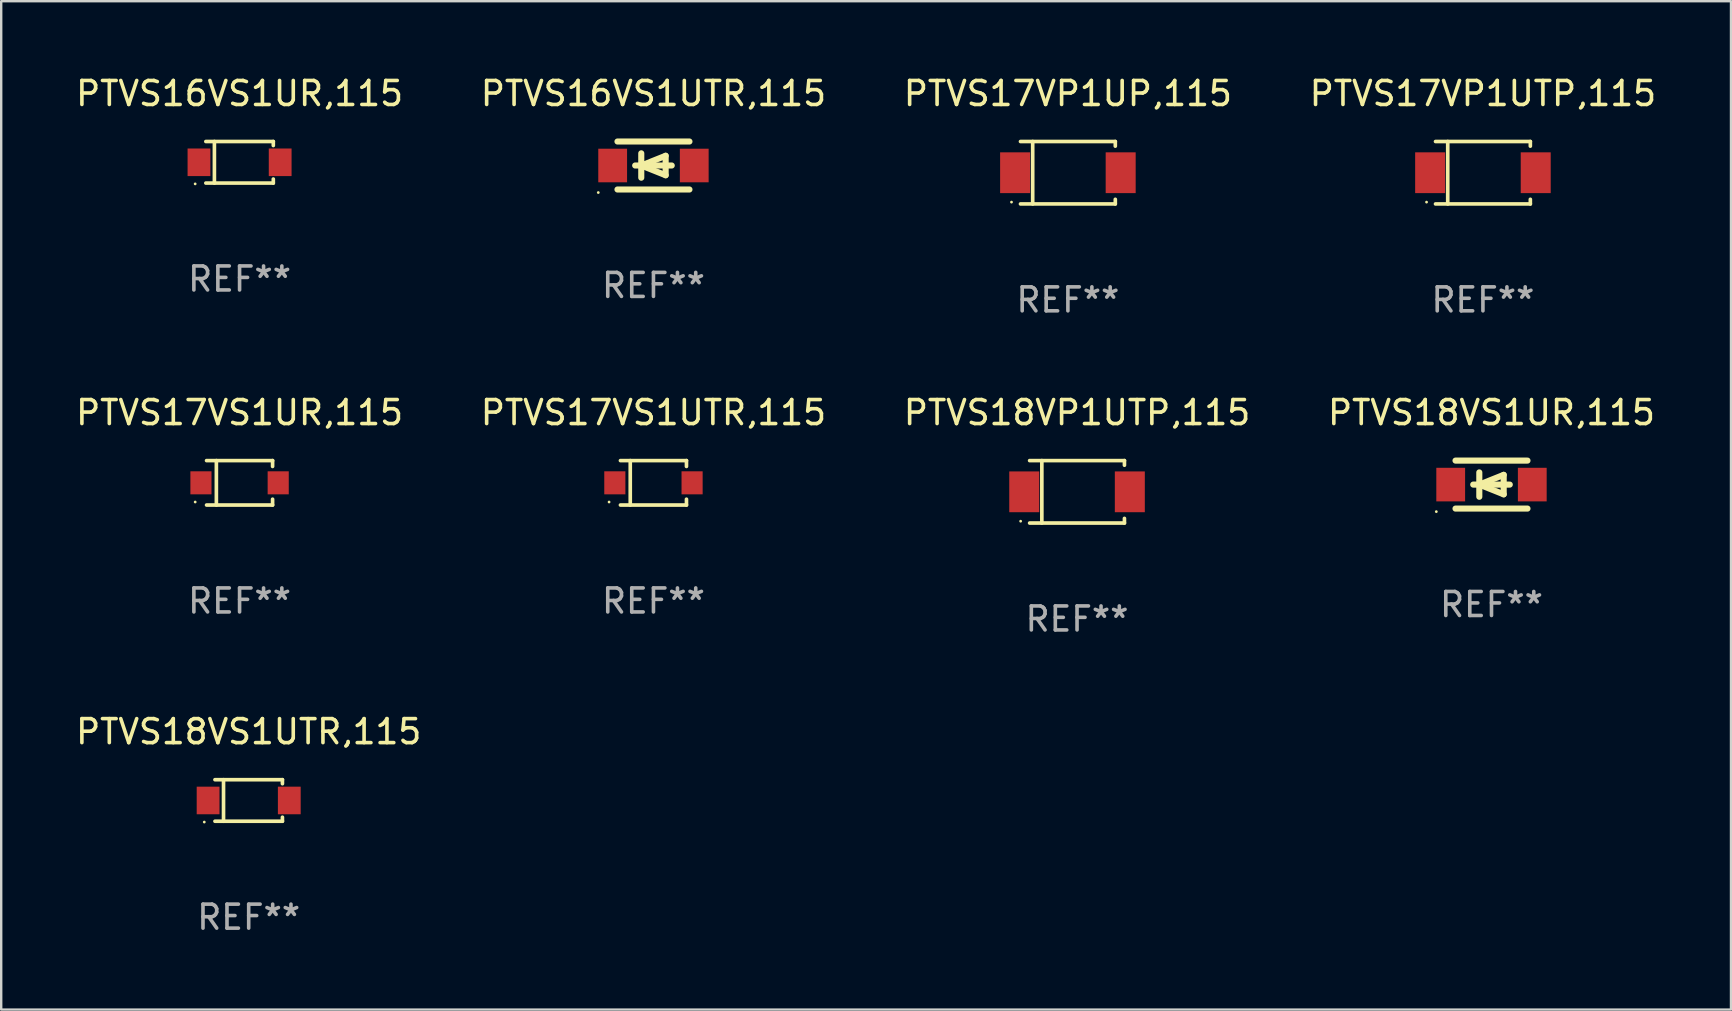
<source format=kicad_pcb>
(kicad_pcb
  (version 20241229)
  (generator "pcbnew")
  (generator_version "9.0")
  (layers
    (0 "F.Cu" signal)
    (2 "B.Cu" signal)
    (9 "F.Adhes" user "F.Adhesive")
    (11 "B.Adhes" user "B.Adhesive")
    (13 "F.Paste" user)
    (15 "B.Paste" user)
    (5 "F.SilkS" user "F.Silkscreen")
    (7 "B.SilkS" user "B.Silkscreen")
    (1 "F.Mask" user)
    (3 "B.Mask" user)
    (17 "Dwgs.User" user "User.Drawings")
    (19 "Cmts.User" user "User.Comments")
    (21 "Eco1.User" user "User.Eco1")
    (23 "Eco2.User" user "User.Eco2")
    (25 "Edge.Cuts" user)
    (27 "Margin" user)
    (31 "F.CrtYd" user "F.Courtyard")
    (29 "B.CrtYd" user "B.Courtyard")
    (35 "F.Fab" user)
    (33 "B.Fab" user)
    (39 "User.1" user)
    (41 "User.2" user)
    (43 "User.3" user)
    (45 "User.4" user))
  (footprint "PTVS17VS1UTR,115"
    (layer "F.Cu")
    (at 24.185 17.073)
    (property "Reference" "PTVS17VS1UTR,115" (at 0 -2.926 0) (layer "F.SilkS") (effects (font (size 1 1) (thickness 0.15))))
    (attr through_hole)
    (fp_line (start -1.376 -0.926) (end 1.376 -0.926) (stroke (width 0.152) (type solid)) (layer "F.SilkS"))
    (fp_line (start -1.376 0.926) (end 1.376 0.926) (stroke (width 0.152) (type solid)) (layer "F.SilkS"))
    (fp_line (start -0.967 -0.926) (end -0.967 0.926) (stroke (width 0.152) (type solid)) (layer "F.SilkS"))
    (fp_line (start 1.376 -0.926) (end 1.376 -0.683) (stroke (width 0.152) (type solid)) (layer "F.SilkS"))
    (fp_line (start 1.376 0.926) (end 1.376 0.683) (stroke (width 0.152) (type solid)) (layer "F.SilkS"))
    (fp_circle (center -1.85 0.8) (end -1.82 0.8) (stroke (width 0.06) (type solid)) (fill no) (layer "F.SilkS"))
    (fp_text user "REF**" (at 0 4.926 0) (layer "F.Fab") (effects (font (size 1 1) (thickness 0.15))))
    (pad "1" smd rect (at -1.61 0) (size 0.88 0.96) (layers "F.Cu" "F.Mask" "F.Paste"))
    (pad "2" smd rect (at 1.61 0) (size 0.88 0.96) (layers "F.Cu" "F.Mask" "F.Paste")))
  (footprint "PTVS17VP1UTP,115"
    (layer "F.Cu")
    (at 58.756 4.149)
    (property "Reference" "PTVS17VP1UTP,115" (at 0 -3.301 0) (layer "F.SilkS") (effects (font (size 1 1) (thickness 0.15))))
    (attr through_hole)
    (fp_line (start -1.976 -1.301) (end 1.976 -1.301) (stroke (width 0.152) (type solid)) (layer "F.SilkS"))
    (fp_line (start -1.976 1.301) (end 1.976 1.301) (stroke (width 0.152) (type solid)) (layer "F.SilkS"))
    (fp_line (start -1.467 -1.301) (end -1.467 1.301) (stroke (width 0.152) (type solid)) (layer "F.SilkS"))
    (fp_line (start 1.976 -1.301) (end 1.976 -1.108) (stroke (width 0.152) (type solid)) (layer "F.SilkS"))
    (fp_line (start 1.976 1.301) (end 1.976 1.108) (stroke (width 0.152) (type solid)) (layer "F.SilkS"))
    (fp_circle (center -2.35 1.225) (end -2.32 1.225) (stroke (width 0.06) (type solid)) (fill no) (layer "F.SilkS"))
    (fp_text user "REF**" (at 0 5.301 0) (layer "F.Fab") (effects (font (size 1 1) (thickness 0.15))))
    (pad "1" smd rect (at -2.2 0 180) (size 1.25 1.7) (layers "F.Cu" "F.Mask" "F.Paste"))
    (pad "2" smd rect (at 2.2 0 180) (size 1.25 1.7) (layers "F.Cu" "F.Mask" "F.Paste")))
  (footprint "PTVS18VS1UTR,115"
    (layer "F.Cu")
    (at 7.315 30.312)
    (property "Reference" "PTVS18VS1UTR,115" (at 0 -2.866 0) (layer "F.SilkS") (effects (font (size 1 1) (thickness 0.15))))
    (attr through_hole)
    (fp_line (start -1.406 -0.866) (end 1.406 -0.866) (stroke (width 0.152) (type solid)) (layer "F.SilkS"))
    (fp_line (start -1.406 0.866) (end 1.406 0.866) (stroke (width 0.152) (type solid)) (layer "F.SilkS"))
    (fp_line (start -1.049 -0.866) (end -1.049 0.866) (stroke (width 0.152) (type solid)) (layer "F.SilkS"))
    (fp_line (start 1.406 -0.866) (end 1.406 -0.698) (stroke (width 0.152) (type solid)) (layer "F.SilkS"))
    (fp_line (start 1.406 0.866) (end 1.406 0.698) (stroke (width 0.152) (type solid)) (layer "F.SilkS"))
    (fp_circle (center -1.851 0.9) (end -1.821 0.9) (stroke (width 0.06) (type solid)) (fill no) (layer "F.SilkS"))
    (fp_text user "REF**" (at 0 4.866 0) (layer "F.Fab") (effects (font (size 1 1) (thickness 0.15))))
    (pad "1" smd rect (at -1.692 0) (size 0.95 1.15) (layers "F.Cu" "F.Mask" "F.Paste"))
    (pad "2" smd rect (at 1.692 0) (size 0.95 1.15) (layers "F.Cu" "F.Mask" "F.Paste")))
  (footprint "PTVS16VS1UR,115"
    (layer "F.Cu")
    (at 6.935 3.714)
    (property "Reference" "PTVS16VS1UR,115" (at 0 -2.866 0) (layer "F.SilkS") (effects (font (size 1 1) (thickness 0.15))))
    (attr through_hole)
    (fp_line (start -1.406 -0.866) (end 1.406 -0.866) (stroke (width 0.152) (type solid)) (layer "F.SilkS"))
    (fp_line (start -1.406 0.866) (end 1.406 0.866) (stroke (width 0.152) (type solid)) (layer "F.SilkS"))
    (fp_line (start -1.049 -0.866) (end -1.049 0.866) (stroke (width 0.152) (type solid)) (layer "F.SilkS"))
    (fp_line (start 1.406 -0.866) (end 1.406 -0.698) (stroke (width 0.152) (type solid)) (layer "F.SilkS"))
    (fp_line (start 1.406 0.866) (end 1.406 0.698) (stroke (width 0.152) (type solid)) (layer "F.SilkS"))
    (fp_circle (center -1.851 0.9) (end -1.821 0.9) (stroke (width 0.06) (type solid)) (fill no) (layer "F.SilkS"))
    (fp_text user "REF**" (at 0 4.866 0) (layer "F.Fab") (effects (font (size 1 1) (thickness 0.15))))
    (pad "1" smd rect (at -1.692 0) (size 0.95 1.15) (layers "F.Cu" "F.Mask" "F.Paste"))
    (pad "2" smd rect (at 1.692 0) (size 0.95 1.15) (layers "F.Cu" "F.Mask" "F.Paste")))
  (footprint "PTVS18VP1UTP,115"
    (layer "F.Cu")
    (at 41.839 17.448)
    (property "Reference" "PTVS18VP1UTP,115" (at 0 -3.301 0) (layer "F.SilkS") (effects (font (size 1 1) (thickness 0.15))))
    (attr through_hole)
    (fp_line (start -1.976 -1.301) (end 1.976 -1.301) (stroke (width 0.152) (type solid)) (layer "F.SilkS"))
    (fp_line (start -1.976 1.301) (end 1.976 1.301) (stroke (width 0.152) (type solid)) (layer "F.SilkS"))
    (fp_line (start -1.467 -1.301) (end -1.467 1.301) (stroke (width 0.152) (type solid)) (layer "F.SilkS"))
    (fp_line (start 1.976 -1.301) (end 1.976 -1.108) (stroke (width 0.152) (type solid)) (layer "F.SilkS"))
    (fp_line (start 1.976 1.301) (end 1.976 1.108) (stroke (width 0.152) (type solid)) (layer "F.SilkS"))
    (fp_circle (center -2.35 1.225) (end -2.32 1.225) (stroke (width 0.06) (type solid)) (fill no) (layer "F.SilkS"))
    (fp_text user "REF**" (at 0 5.301 0) (layer "F.Fab") (effects (font (size 1 1) (thickness 0.15))))
    (pad "1" smd rect (at -2.2 0 180) (size 1.25 1.7) (layers "F.Cu" "F.Mask" "F.Paste"))
    (pad "2" smd rect (at 2.2 0 180) (size 1.25 1.7) (layers "F.Cu" "F.Mask" "F.Paste")))
  (footprint "PTVS17VS1UR,115"
    (layer "F.Cu")
    (at 6.935 17.073)
    (property "Reference" "PTVS17VS1UR,115" (at 0 -2.926 0) (layer "F.SilkS") (effects (font (size 1 1) (thickness 0.15))))
    (attr through_hole)
    (fp_line (start -1.376 -0.926) (end 1.376 -0.926) (stroke (width 0.152) (type solid)) (layer "F.SilkS"))
    (fp_line (start -1.376 0.926) (end 1.376 0.926) (stroke (width 0.152) (type solid)) (layer "F.SilkS"))
    (fp_line (start -0.967 -0.926) (end -0.967 0.926) (stroke (width 0.152) (type solid)) (layer "F.SilkS"))
    (fp_line (start 1.376 -0.926) (end 1.376 -0.683) (stroke (width 0.152) (type solid)) (layer "F.SilkS"))
    (fp_line (start 1.376 0.926) (end 1.376 0.683) (stroke (width 0.152) (type solid)) (layer "F.SilkS"))
    (fp_circle (center -1.85 0.8) (end -1.82 0.8) (stroke (width 0.06) (type solid)) (fill no) (layer "F.SilkS"))
    (fp_text user "REF**" (at 0 4.926 0) (layer "F.Fab") (effects (font (size 1 1) (thickness 0.15))))
    (pad "1" smd rect (at -1.61 0) (size 0.88 0.96) (layers "F.Cu" "F.Mask" "F.Paste"))
    (pad "2" smd rect (at 1.61 0) (size 0.88 0.96) (layers "F.Cu" "F.Mask" "F.Paste")))
  (footprint "PTVS18VS1UR,115"
    (layer "F.Cu")
    (at 59.113 17.147)
    (property "Reference" "PTVS18VS1UR,115" (at 0 -3 0) (layer "F.SilkS") (effects (font (size 1 1) (thickness 0.15))))
    (attr through_hole)
    (fp_line (start -1.5 -1) (end 1.5 -1) (stroke (width 0.254) (type solid)) (layer "F.SilkS"))
    (fp_line (start -1.5 1) (end 1.5 1) (stroke (width 0.254) (type solid)) (layer "F.SilkS"))
    (fp_line (start -0.762 0) (end 0.762 0) (stroke (width 0.254) (type solid)) (layer "F.SilkS"))
    (fp_line (start -0.508 -0.508) (end -0.508 0.508) (stroke (width 0.254) (type solid)) (layer "F.SilkS"))
    (fp_line (start -0.508 0) (end 0.508 -0.406) (stroke (width 0.254) (type solid)) (layer "F.SilkS"))
    (fp_line (start 0.508 -0.406) (end 0.508 0.406) (stroke (width 0.254) (type solid)) (layer "F.SilkS"))
    (fp_line (start 0.508 0.406) (end -0.508 0) (stroke (width 0.254) (type solid)) (layer "F.SilkS"))
    (fp_circle (center -2.3 1.127) (end -2.27 1.127) (stroke (width 0.06) (type solid)) (fill no) (layer "F.SilkS"))
    (fp_text user "REF**" (at 0 5 0) (layer "F.Fab") (effects (font (size 1 1) (thickness 0.15))))
    (pad "1" smd rect (at -1.7 0) (size 1.2 1.4) (layers "F.Cu" "F.Mask" "F.Paste"))
    (pad "2" smd rect (at 1.7 0) (size 1.2 1.4) (layers "F.Cu" "F.Mask" "F.Paste")))
  (footprint "PTVS17VP1UP,115"
    (layer "F.Cu")
    (at 41.458 4.149)
    (property "Reference" "PTVS17VP1UP,115" (at 0 -3.301 0) (layer "F.SilkS") (effects (font (size 1 1) (thickness 0.15))))
    (attr through_hole)
    (fp_line (start -1.976 -1.301) (end 1.976 -1.301) (stroke (width 0.152) (type solid)) (layer "F.SilkS"))
    (fp_line (start -1.976 1.301) (end 1.976 1.301) (stroke (width 0.152) (type solid)) (layer "F.SilkS"))
    (fp_line (start -1.467 -1.301) (end -1.467 1.301) (stroke (width 0.152) (type solid)) (layer "F.SilkS"))
    (fp_line (start 1.976 -1.301) (end 1.976 -1.108) (stroke (width 0.152) (type solid)) (layer "F.SilkS"))
    (fp_line (start 1.976 1.301) (end 1.976 1.108) (stroke (width 0.152) (type solid)) (layer "F.SilkS"))
    (fp_circle (center -2.35 1.225) (end -2.32 1.225) (stroke (width 0.06) (type solid)) (fill no) (layer "F.SilkS"))
    (fp_text user "REF**" (at 0 5.301 0) (layer "F.Fab") (effects (font (size 1 1) (thickness 0.15))))
    (pad "1" smd rect (at -2.2 0 180) (size 1.25 1.7) (layers "F.Cu" "F.Mask" "F.Paste"))
    (pad "2" smd rect (at 2.2 0 180) (size 1.25 1.7) (layers "F.Cu" "F.Mask" "F.Paste")))
  (footprint "PTVS16VS1UTR,115"
    (layer "F.Cu")
    (at 24.185 3.848)
    (property "Reference" "PTVS16VS1UTR,115" (at 0 -3 0) (layer "F.SilkS") (effects (font (size 1 1) (thickness 0.15))))
    (attr through_hole)
    (fp_line (start -1.5 -1) (end 1.5 -1) (stroke (width 0.254) (type solid)) (layer "F.SilkS"))
    (fp_line (start -1.5 1) (end 1.5 1) (stroke (width 0.254) (type solid)) (layer "F.SilkS"))
    (fp_line (start -0.762 0) (end 0.762 0) (stroke (width 0.254) (type solid)) (layer "F.SilkS"))
    (fp_line (start -0.508 -0.508) (end -0.508 0.508) (stroke (width 0.254) (type solid)) (layer "F.SilkS"))
    (fp_line (start -0.508 0) (end 0.508 -0.406) (stroke (width 0.254) (type solid)) (layer "F.SilkS"))
    (fp_line (start 0.508 -0.406) (end 0.508 0.406) (stroke (width 0.254) (type solid)) (layer "F.SilkS"))
    (fp_line (start 0.508 0.406) (end -0.508 0) (stroke (width 0.254) (type solid)) (layer "F.SilkS"))
    (fp_circle (center -2.3 1.127) (end -2.27 1.127) (stroke (width 0.06) (type solid)) (fill no) (layer "F.SilkS"))
    (fp_text user "REF**" (at 0 5 0) (layer "F.Fab") (effects (font (size 1 1) (thickness 0.15))))
    (pad "1" smd rect (at -1.7 0) (size 1.2 1.4) (layers "F.Cu" "F.Mask" "F.Paste"))
    (pad "2" smd rect (at 1.7 0) (size 1.2 1.4) (layers "F.Cu" "F.Mask" "F.Paste")))
  (gr_rect
    (start -3 -3)
    (end 69.095 39.027)
    (stroke (width 0.1) (type default))
    (fill no)
    (layer "Edge.Cuts")))
</source>
